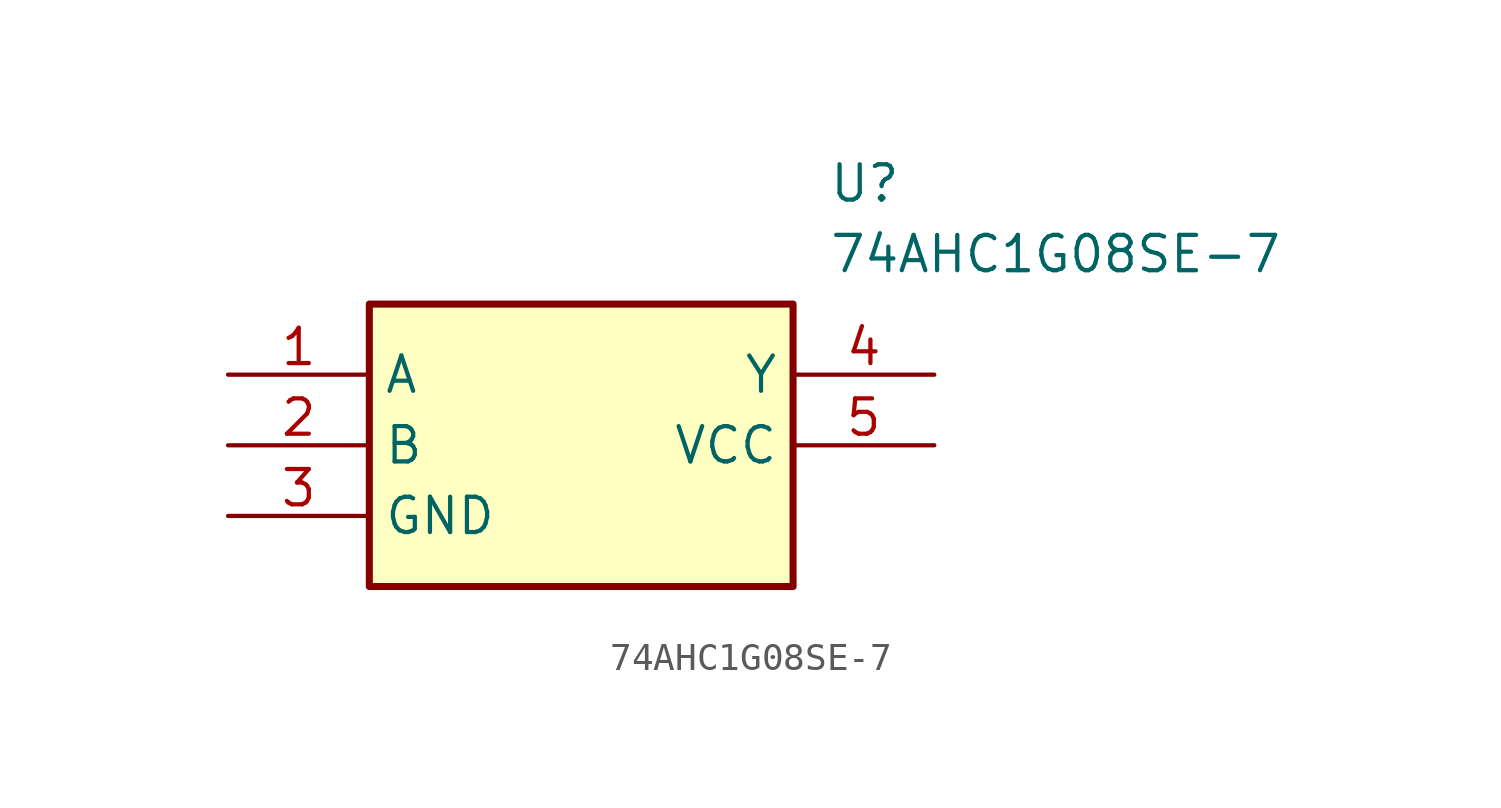
<source format=kicad_sym>
(kicad_symbol_lib
  (version 20211014)
  (generator SamacSys_ECAD_Model)
  (symbol "74AHC1G08SE-7"
    (property "Reference" "U"
      (at 21.59 7.62 0)
      (effects (font (size 1.27 1.27)) (justify left top)))
    (property "Value" "74AHC1G08SE-7"
      (at 21.59 5.08 0)
      (effects (font (size 1.27 1.27)) (justify left top)))
    (rectangle
      (start 5.08 2.54)
      (end 20.32 -7.62)
      (stroke (width 0.254) (type default))
      (fill (type background)))
    (pin passive line
      (at 0 0 0)
      (length 5.08)
      (name "A" (effects (font (size 1.27 1.27))))
      (number "1" (effects (font (size 1.27 1.27)))))
    (pin passive line
      (at 0 -2.54 0)
      (length 5.08)
      (name "B" (effects (font (size 1.27 1.27))))
      (number "2" (effects (font (size 1.27 1.27)))))
    (pin passive line
      (at 0 -5.08 0)
      (length 5.08)
      (name "GND" (effects (font (size 1.27 1.27))))
      (number "3" (effects (font (size 1.27 1.27)))))
    (pin passive line
      (at 25.4 0 180)
      (length 5.08)
      (name "Y" (effects (font (size 1.27 1.27))))
      (number "4" (effects (font (size 1.27 1.27)))))
    (pin passive line
      (at 25.4 -2.54 180)
      (length 5.08)
      (name "VCC" (effects (font (size 1.27 1.27))))
      (number "5" (effects (font (size 1.27 1.27)))))))
</source>
